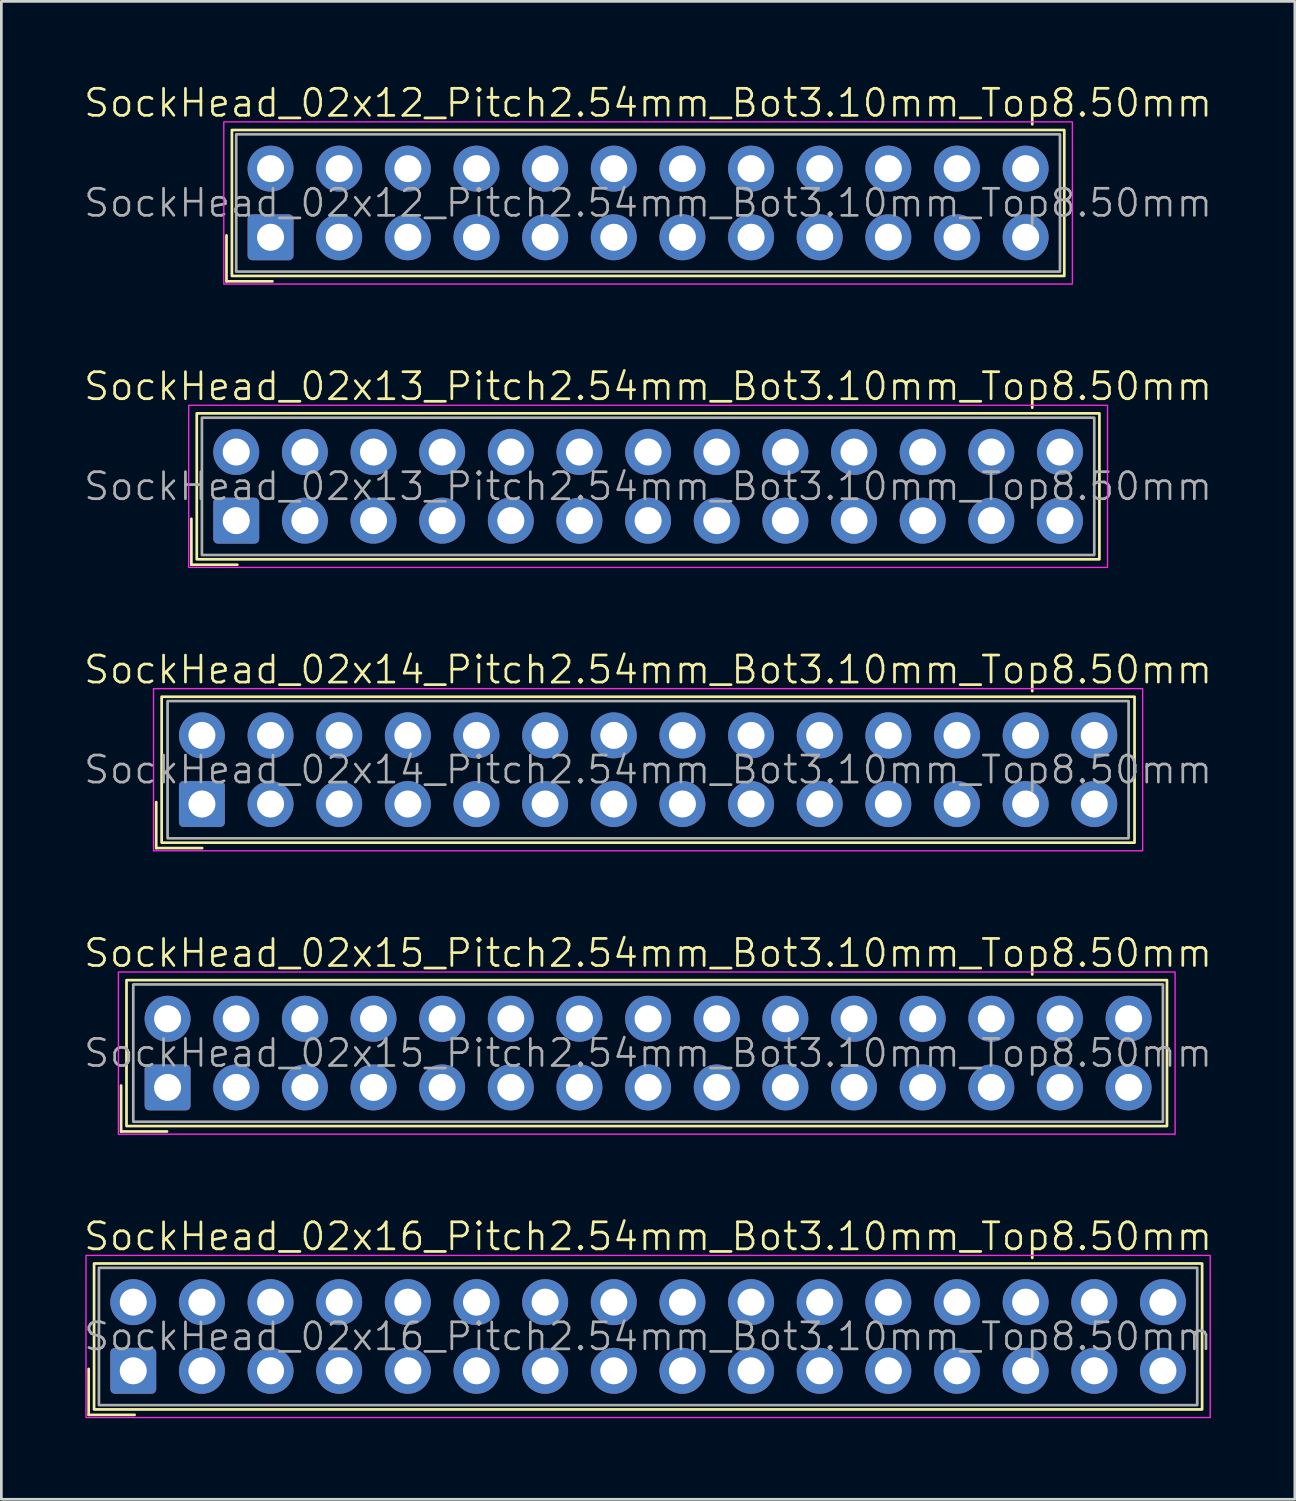
<source format=kicad_pcb>
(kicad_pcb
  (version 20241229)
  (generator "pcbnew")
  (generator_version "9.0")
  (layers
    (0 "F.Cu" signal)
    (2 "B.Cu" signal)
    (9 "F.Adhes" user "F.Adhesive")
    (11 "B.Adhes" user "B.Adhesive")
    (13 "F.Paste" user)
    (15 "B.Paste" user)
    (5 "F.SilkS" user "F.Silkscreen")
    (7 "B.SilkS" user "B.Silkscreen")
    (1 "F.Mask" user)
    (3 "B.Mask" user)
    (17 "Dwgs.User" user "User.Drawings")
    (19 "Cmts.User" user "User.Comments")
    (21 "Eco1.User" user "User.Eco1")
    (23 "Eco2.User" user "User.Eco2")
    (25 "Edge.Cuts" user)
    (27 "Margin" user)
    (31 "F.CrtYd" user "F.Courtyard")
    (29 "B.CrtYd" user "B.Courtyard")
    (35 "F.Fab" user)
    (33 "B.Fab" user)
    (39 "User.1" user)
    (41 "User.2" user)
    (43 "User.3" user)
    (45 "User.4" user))
  (footprint "SockHead_02x16_Pitch2.54mm_Bot3.10mm_Top8.50mm"
    (layer "F.Cu")
    (at 20.931 46.403)
    (property "Reference" "SockHead_02x16_Pitch2.54mm_Bot3.10mm_Top8.50mm" (at 0 -3.7 0) (unlocked yes) (layer "F.SilkS") (effects (font (size 1 1) (thickness 0.1))))
    (attr through_hole)
    (fp_line (start -20.7 1.2) (end -20.7 2.9) (stroke (width 0.1) (type default)) (layer "F.SilkS"))
    (fp_line (start -20.7 2.9) (end -19 2.9) (stroke (width 0.1) (type default)) (layer "F.SilkS"))
    (fp_rect (start -20.5 -2.7) (end 20.5 2.7) (stroke (width 0.1) (type default)) (fill no) (layer "F.SilkS"))
    (fp_rect (start -20.8 -3) (end 20.8 3) (stroke (width 0.05) (type default)) (fill no) (layer "F.CrtYd"))
    (fp_rect (start -20.32 -2.54) (end 20.32 2.54) (stroke (width 0.1) (type default)) (fill no) (layer "F.Fab"))
    (fp_text user "${REFERENCE}" (at 0 0 0) (unlocked yes) (layer "F.Fab") (effects (font (size 1 1) (thickness 0.1))))
    (pad "1" thru_hole roundrect (at -19.05 1.27) (size 1.7 1.7) (drill 1) (layers "*.Cu" "*.Mask") (roundrect_rratio 0.1))
    (pad "2" thru_hole circle (at -19.05 -1.27) (size 1.7 1.7) (drill 1) (layers "*.Cu" "*.Mask"))
    (pad "3" thru_hole circle (at -16.51 1.27) (size 1.7 1.7) (drill 1) (layers "*.Cu" "*.Mask"))
    (pad "4" thru_hole circle (at -16.51 -1.27) (size 1.7 1.7) (drill 1) (layers "*.Cu" "*.Mask"))
    (pad "5" thru_hole circle (at -13.97 1.27) (size 1.7 1.7) (drill 1) (layers "*.Cu" "*.Mask"))
    (pad "6" thru_hole circle (at -13.97 -1.27) (size 1.7 1.7) (drill 1) (layers "*.Cu" "*.Mask"))
    (pad "7" thru_hole circle (at -11.43 1.27) (size 1.7 1.7) (drill 1) (layers "*.Cu" "*.Mask"))
    (pad "8" thru_hole circle (at -11.43 -1.27) (size 1.7 1.7) (drill 1) (layers "*.Cu" "*.Mask"))
    (pad "9" thru_hole circle (at -8.89 1.27) (size 1.7 1.7) (drill 1) (layers "*.Cu" "*.Mask"))
    (pad "10" thru_hole circle (at -8.89 -1.27) (size 1.7 1.7) (drill 1) (layers "*.Cu" "*.Mask"))
    (pad "11" thru_hole circle (at -6.35 1.27) (size 1.7 1.7) (drill 1) (layers "*.Cu" "*.Mask"))
    (pad "12" thru_hole circle (at -6.35 -1.27) (size 1.7 1.7) (drill 1) (layers "*.Cu" "*.Mask"))
    (pad "13" thru_hole circle (at -3.81 1.27) (size 1.7 1.7) (drill 1) (layers "*.Cu" "*.Mask"))
    (pad "14" thru_hole circle (at -3.81 -1.27) (size 1.7 1.7) (drill 1) (layers "*.Cu" "*.Mask"))
    (pad "15" thru_hole circle (at -1.27 1.27) (size 1.7 1.7) (drill 1) (layers "*.Cu" "*.Mask"))
    (pad "16" thru_hole circle (at -1.27 -1.27) (size 1.7 1.7) (drill 1) (layers "*.Cu" "*.Mask"))
    (pad "17" thru_hole circle (at 1.27 1.27) (size 1.7 1.7) (drill 1) (layers "*.Cu" "*.Mask"))
    (pad "18" thru_hole circle (at 1.27 -1.27) (size 1.7 1.7) (drill 1) (layers "*.Cu" "*.Mask"))
    (pad "19" thru_hole circle (at 3.81 1.27) (size 1.7 1.7) (drill 1) (layers "*.Cu" "*.Mask"))
    (pad "20" thru_hole circle (at 3.81 -1.27) (size 1.7 1.7) (drill 1) (layers "*.Cu" "*.Mask"))
    (pad "21" thru_hole circle (at 6.35 1.27) (size 1.7 1.7) (drill 1) (layers "*.Cu" "*.Mask"))
    (pad "22" thru_hole circle (at 6.35 -1.27) (size 1.7 1.7) (drill 1) (layers "*.Cu" "*.Mask"))
    (pad "23" thru_hole circle (at 8.89 1.27) (size 1.7 1.7) (drill 1) (layers "*.Cu" "*.Mask"))
    (pad "24" thru_hole circle (at 8.89 -1.27) (size 1.7 1.7) (drill 1) (layers "*.Cu" "*.Mask"))
    (pad "25" thru_hole circle (at 11.43 1.27) (size 1.7 1.7) (drill 1) (layers "*.Cu" "*.Mask"))
    (pad "26" thru_hole circle (at 11.43 -1.27) (size 1.7 1.7) (drill 1) (layers "*.Cu" "*.Mask"))
    (pad "27" thru_hole circle (at 13.97 1.27) (size 1.7 1.7) (drill 1) (layers "*.Cu" "*.Mask"))
    (pad "28" thru_hole circle (at 13.97 -1.27) (size 1.7 1.7) (drill 1) (layers "*.Cu" "*.Mask"))
    (pad "29" thru_hole circle (at 16.51 1.27) (size 1.7 1.7) (drill 1) (layers "*.Cu" "*.Mask"))
    (pad "30" thru_hole circle (at 16.51 -1.27) (size 1.7 1.7) (drill 1) (layers "*.Cu" "*.Mask"))
    (pad "31" thru_hole circle (at 19.05 1.27) (size 1.7 1.7) (drill 1) (layers "*.Cu" "*.Mask"))
    (pad "32" thru_hole circle (at 19.05 -1.27) (size 1.7 1.7) (drill 1) (layers "*.Cu" "*.Mask")))
  (footprint "SockHead_02x15_Pitch2.54mm_Bot3.10mm_Top8.50mm"
    (layer "F.Cu")
    (at 20.931 35.917)
    (property "Reference" "SockHead_02x15_Pitch2.54mm_Bot3.10mm_Top8.50mm" (at 0 -3.7 0) (unlocked yes) (layer "F.SilkS") (effects (font (size 1 1) (thickness 0.1))))
    (attr through_hole)
    (fp_line (start -19.5 1.2) (end -19.5 2.9) (stroke (width 0.1) (type default)) (layer "F.SilkS"))
    (fp_line (start -19.5 2.9) (end -17.8 2.9) (stroke (width 0.1) (type default)) (layer "F.SilkS"))
    (fp_rect (start -19.3 -2.7) (end 19.2 2.7) (stroke (width 0.1) (type default)) (fill no) (layer "F.SilkS"))
    (fp_rect (start -19.6 -3) (end 19.5 3) (stroke (width 0.05) (type default)) (fill no) (layer "F.CrtYd"))
    (fp_rect (start -19.05 -2.54) (end 19.05 2.54) (stroke (width 0.1) (type default)) (fill no) (layer "F.Fab"))
    (fp_text user "${REFERENCE}" (at 0 0 0) (unlocked yes) (layer "F.Fab") (effects (font (size 1 1) (thickness 0.1))))
    (pad "1" thru_hole roundrect (at -17.78 1.27) (size 1.7 1.7) (drill 1) (layers "*.Cu" "*.Mask") (roundrect_rratio 0.1))
    (pad "2" thru_hole circle (at -17.78 -1.27) (size 1.7 1.7) (drill 1) (layers "*.Cu" "*.Mask"))
    (pad "3" thru_hole circle (at -15.24 1.27) (size 1.7 1.7) (drill 1) (layers "*.Cu" "*.Mask"))
    (pad "4" thru_hole circle (at -15.24 -1.27) (size 1.7 1.7) (drill 1) (layers "*.Cu" "*.Mask"))
    (pad "5" thru_hole circle (at -12.7 1.27) (size 1.7 1.7) (drill 1) (layers "*.Cu" "*.Mask"))
    (pad "6" thru_hole circle (at -12.7 -1.27) (size 1.7 1.7) (drill 1) (layers "*.Cu" "*.Mask"))
    (pad "7" thru_hole circle (at -10.16 1.27) (size 1.7 1.7) (drill 1) (layers "*.Cu" "*.Mask"))
    (pad "8" thru_hole circle (at -10.16 -1.27) (size 1.7 1.7) (drill 1) (layers "*.Cu" "*.Mask"))
    (pad "9" thru_hole circle (at -7.62 1.27) (size 1.7 1.7) (drill 1) (layers "*.Cu" "*.Mask"))
    (pad "10" thru_hole circle (at -7.62 -1.27) (size 1.7 1.7) (drill 1) (layers "*.Cu" "*.Mask"))
    (pad "11" thru_hole circle (at -5.08 1.27) (size 1.7 1.7) (drill 1) (layers "*.Cu" "*.Mask"))
    (pad "12" thru_hole circle (at -5.08 -1.27) (size 1.7 1.7) (drill 1) (layers "*.Cu" "*.Mask"))
    (pad "13" thru_hole circle (at -2.54 1.27) (size 1.7 1.7) (drill 1) (layers "*.Cu" "*.Mask"))
    (pad "14" thru_hole circle (at -2.54 -1.27) (size 1.7 1.7) (drill 1) (layers "*.Cu" "*.Mask"))
    (pad "15" thru_hole circle (at 0 1.27) (size 1.7 1.7) (drill 1) (layers "*.Cu" "*.Mask"))
    (pad "16" thru_hole circle (at 0 -1.27) (size 1.7 1.7) (drill 1) (layers "*.Cu" "*.Mask"))
    (pad "17" thru_hole circle (at 2.54 1.27) (size 1.7 1.7) (drill 1) (layers "*.Cu" "*.Mask"))
    (pad "18" thru_hole circle (at 2.54 -1.27) (size 1.7 1.7) (drill 1) (layers "*.Cu" "*.Mask"))
    (pad "19" thru_hole circle (at 5.08 1.27) (size 1.7 1.7) (drill 1) (layers "*.Cu" "*.Mask"))
    (pad "20" thru_hole circle (at 5.08 -1.27) (size 1.7 1.7) (drill 1) (layers "*.Cu" "*.Mask"))
    (pad "21" thru_hole circle (at 7.62 1.27) (size 1.7 1.7) (drill 1) (layers "*.Cu" "*.Mask"))
    (pad "22" thru_hole circle (at 7.62 -1.27) (size 1.7 1.7) (drill 1) (layers "*.Cu" "*.Mask"))
    (pad "23" thru_hole circle (at 10.16 1.27) (size 1.7 1.7) (drill 1) (layers "*.Cu" "*.Mask"))
    (pad "24" thru_hole circle (at 10.16 -1.27) (size 1.7 1.7) (drill 1) (layers "*.Cu" "*.Mask"))
    (pad "25" thru_hole circle (at 12.7 1.27) (size 1.7 1.7) (drill 1) (layers "*.Cu" "*.Mask"))
    (pad "26" thru_hole circle (at 12.7 -1.27) (size 1.7 1.7) (drill 1) (layers "*.Cu" "*.Mask"))
    (pad "27" thru_hole circle (at 15.24 1.27) (size 1.7 1.7) (drill 1) (layers "*.Cu" "*.Mask"))
    (pad "28" thru_hole circle (at 15.24 -1.27) (size 1.7 1.7) (drill 1) (layers "*.Cu" "*.Mask"))
    (pad "29" thru_hole circle (at 17.78 1.27) (size 1.7 1.7) (drill 1) (layers "*.Cu" "*.Mask"))
    (pad "30" thru_hole circle (at 17.78 -1.27) (size 1.7 1.7) (drill 1) (layers "*.Cu" "*.Mask")))
  (footprint "SockHead_02x14_Pitch2.54mm_Bot3.10mm_Top8.50mm"
    (layer "F.Cu")
    (at 20.931 25.431)
    (property "Reference" "SockHead_02x14_Pitch2.54mm_Bot3.10mm_Top8.50mm" (at 0 -3.7 0) (unlocked yes) (layer "F.SilkS") (effects (font (size 1 1) (thickness 0.1))))
    (attr through_hole)
    (fp_line (start -18.2 1.2) (end -18.2 2.9) (stroke (width 0.1) (type default)) (layer "F.SilkS"))
    (fp_line (start -18.2 2.9) (end -16.5 2.9) (stroke (width 0.1) (type default)) (layer "F.SilkS"))
    (fp_rect (start -18 -2.7) (end 18 2.7) (stroke (width 0.1) (type default)) (fill no) (layer "F.SilkS"))
    (fp_rect (start -18.3 -3) (end 18.3 3) (stroke (width 0.05) (type default)) (fill no) (layer "F.CrtYd"))
    (fp_rect (start -17.78 -2.54) (end 17.78 2.54) (stroke (width 0.1) (type default)) (fill no) (layer "F.Fab"))
    (fp_text user "${REFERENCE}" (at 0 0 0) (unlocked yes) (layer "F.Fab") (effects (font (size 1 1) (thickness 0.1))))
    (pad "1" thru_hole roundrect (at -16.51 1.27) (size 1.7 1.7) (drill 1) (layers "*.Cu" "*.Mask") (roundrect_rratio 0.1))
    (pad "2" thru_hole circle (at -16.51 -1.27) (size 1.7 1.7) (drill 1) (layers "*.Cu" "*.Mask"))
    (pad "3" thru_hole circle (at -13.97 1.27) (size 1.7 1.7) (drill 1) (layers "*.Cu" "*.Mask"))
    (pad "4" thru_hole circle (at -13.97 -1.27) (size 1.7 1.7) (drill 1) (layers "*.Cu" "*.Mask"))
    (pad "5" thru_hole circle (at -11.43 1.27) (size 1.7 1.7) (drill 1) (layers "*.Cu" "*.Mask"))
    (pad "6" thru_hole circle (at -11.43 -1.27) (size 1.7 1.7) (drill 1) (layers "*.Cu" "*.Mask"))
    (pad "7" thru_hole circle (at -8.89 1.27) (size 1.7 1.7) (drill 1) (layers "*.Cu" "*.Mask"))
    (pad "8" thru_hole circle (at -8.89 -1.27) (size 1.7 1.7) (drill 1) (layers "*.Cu" "*.Mask"))
    (pad "9" thru_hole circle (at -6.35 1.27) (size 1.7 1.7) (drill 1) (layers "*.Cu" "*.Mask"))
    (pad "10" thru_hole circle (at -6.35 -1.27) (size 1.7 1.7) (drill 1) (layers "*.Cu" "*.Mask"))
    (pad "11" thru_hole circle (at -3.81 1.27) (size 1.7 1.7) (drill 1) (layers "*.Cu" "*.Mask"))
    (pad "12" thru_hole circle (at -3.81 -1.27) (size 1.7 1.7) (drill 1) (layers "*.Cu" "*.Mask"))
    (pad "13" thru_hole circle (at -1.27 1.27) (size 1.7 1.7) (drill 1) (layers "*.Cu" "*.Mask"))
    (pad "14" thru_hole circle (at -1.27 -1.27) (size 1.7 1.7) (drill 1) (layers "*.Cu" "*.Mask"))
    (pad "15" thru_hole circle (at 1.27 1.27) (size 1.7 1.7) (drill 1) (layers "*.Cu" "*.Mask"))
    (pad "16" thru_hole circle (at 1.27 -1.27) (size 1.7 1.7) (drill 1) (layers "*.Cu" "*.Mask"))
    (pad "17" thru_hole circle (at 3.81 1.27) (size 1.7 1.7) (drill 1) (layers "*.Cu" "*.Mask"))
    (pad "18" thru_hole circle (at 3.81 -1.27) (size 1.7 1.7) (drill 1) (layers "*.Cu" "*.Mask"))
    (pad "19" thru_hole circle (at 6.35 1.27) (size 1.7 1.7) (drill 1) (layers "*.Cu" "*.Mask"))
    (pad "20" thru_hole circle (at 6.35 -1.27) (size 1.7 1.7) (drill 1) (layers "*.Cu" "*.Mask"))
    (pad "21" thru_hole circle (at 8.89 1.27) (size 1.7 1.7) (drill 1) (layers "*.Cu" "*.Mask"))
    (pad "22" thru_hole circle (at 8.89 -1.27) (size 1.7 1.7) (drill 1) (layers "*.Cu" "*.Mask"))
    (pad "23" thru_hole circle (at 11.43 1.27) (size 1.7 1.7) (drill 1) (layers "*.Cu" "*.Mask"))
    (pad "24" thru_hole circle (at 11.43 -1.27) (size 1.7 1.7) (drill 1) (layers "*.Cu" "*.Mask"))
    (pad "25" thru_hole circle (at 13.97 1.27) (size 1.7 1.7) (drill 1) (layers "*.Cu" "*.Mask"))
    (pad "26" thru_hole circle (at 13.97 -1.27) (size 1.7 1.7) (drill 1) (layers "*.Cu" "*.Mask"))
    (pad "27" thru_hole circle (at 16.51 1.27) (size 1.7 1.7) (drill 1) (layers "*.Cu" "*.Mask"))
    (pad "28" thru_hole circle (at 16.51 -1.27) (size 1.7 1.7) (drill 1) (layers "*.Cu" "*.Mask")))
  (footprint "SockHead_02x12_Pitch2.54mm_Bot3.10mm_Top8.50mm"
    (layer "F.Cu")
    (at 20.931 4.46)
    (property "Reference" "SockHead_02x12_Pitch2.54mm_Bot3.10mm_Top8.50mm" (at 0 -3.7 0) (unlocked yes) (layer "F.SilkS") (effects (font (size 1 1) (thickness 0.1))))
    (attr through_hole)
    (fp_line (start -15.6 1.2) (end -15.6 2.9) (stroke (width 0.1) (type default)) (layer "F.SilkS"))
    (fp_line (start -15.6 2.9) (end -13.9 2.9) (stroke (width 0.1) (type default)) (layer "F.SilkS"))
    (fp_rect (start -15.4 -2.7) (end 15.4 2.7) (stroke (width 0.1) (type default)) (fill no) (layer "F.SilkS"))
    (fp_rect (start -15.7 -3) (end 15.7 3) (stroke (width 0.05) (type default)) (fill no) (layer "F.CrtYd"))
    (fp_rect (start -15.24 -2.54) (end 15.24 2.54) (stroke (width 0.1) (type default)) (fill no) (layer "F.Fab"))
    (fp_text user "${REFERENCE}" (at 0 0 0) (unlocked yes) (layer "F.Fab") (effects (font (size 1 1) (thickness 0.1))))
    (pad "1" thru_hole roundrect (at -13.97 1.27) (size 1.7 1.7) (drill 1) (layers "*.Cu" "*.Mask") (roundrect_rratio 0.1))
    (pad "2" thru_hole circle (at -13.97 -1.27) (size 1.7 1.7) (drill 1) (layers "*.Cu" "*.Mask"))
    (pad "3" thru_hole circle (at -11.43 1.27) (size 1.7 1.7) (drill 1) (layers "*.Cu" "*.Mask"))
    (pad "4" thru_hole circle (at -11.43 -1.27) (size 1.7 1.7) (drill 1) (layers "*.Cu" "*.Mask"))
    (pad "5" thru_hole circle (at -8.89 1.27) (size 1.7 1.7) (drill 1) (layers "*.Cu" "*.Mask"))
    (pad "6" thru_hole circle (at -8.89 -1.27) (size 1.7 1.7) (drill 1) (layers "*.Cu" "*.Mask"))
    (pad "7" thru_hole circle (at -6.35 1.27) (size 1.7 1.7) (drill 1) (layers "*.Cu" "*.Mask"))
    (pad "8" thru_hole circle (at -6.35 -1.27) (size 1.7 1.7) (drill 1) (layers "*.Cu" "*.Mask"))
    (pad "9" thru_hole circle (at -3.81 1.27) (size 1.7 1.7) (drill 1) (layers "*.Cu" "*.Mask"))
    (pad "10" thru_hole circle (at -3.81 -1.27) (size 1.7 1.7) (drill 1) (layers "*.Cu" "*.Mask"))
    (pad "11" thru_hole circle (at -1.27 1.27) (size 1.7 1.7) (drill 1) (layers "*.Cu" "*.Mask"))
    (pad "12" thru_hole circle (at -1.27 -1.27) (size 1.7 1.7) (drill 1) (layers "*.Cu" "*.Mask"))
    (pad "13" thru_hole circle (at 1.27 1.27) (size 1.7 1.7) (drill 1) (layers "*.Cu" "*.Mask"))
    (pad "14" thru_hole circle (at 1.27 -1.27) (size 1.7 1.7) (drill 1) (layers "*.Cu" "*.Mask"))
    (pad "15" thru_hole circle (at 3.81 1.27) (size 1.7 1.7) (drill 1) (layers "*.Cu" "*.Mask"))
    (pad "16" thru_hole circle (at 3.81 -1.27) (size 1.7 1.7) (drill 1) (layers "*.Cu" "*.Mask"))
    (pad "17" thru_hole circle (at 6.35 1.27) (size 1.7 1.7) (drill 1) (layers "*.Cu" "*.Mask"))
    (pad "18" thru_hole circle (at 6.35 -1.27) (size 1.7 1.7) (drill 1) (layers "*.Cu" "*.Mask"))
    (pad "19" thru_hole circle (at 8.89 1.27) (size 1.7 1.7) (drill 1) (layers "*.Cu" "*.Mask"))
    (pad "20" thru_hole circle (at 8.89 -1.27) (size 1.7 1.7) (drill 1) (layers "*.Cu" "*.Mask"))
    (pad "21" thru_hole circle (at 11.43 1.27) (size 1.7 1.7) (drill 1) (layers "*.Cu" "*.Mask"))
    (pad "22" thru_hole circle (at 11.43 -1.27) (size 1.7 1.7) (drill 1) (layers "*.Cu" "*.Mask"))
    (pad "23" thru_hole circle (at 13.97 1.27) (size 1.7 1.7) (drill 1) (layers "*.Cu" "*.Mask"))
    (pad "24" thru_hole circle (at 13.97 -1.27) (size 1.7 1.7) (drill 1) (layers "*.Cu" "*.Mask")))
  (footprint "SockHead_02x13_Pitch2.54mm_Bot3.10mm_Top8.50mm"
    (layer "F.Cu")
    (at 20.931 14.946)
    (property "Reference" "SockHead_02x13_Pitch2.54mm_Bot3.10mm_Top8.50mm" (at 0 -3.7 0) (unlocked yes) (layer "F.SilkS") (effects (font (size 1 1) (thickness 0.1))))
    (attr through_hole)
    (fp_line (start -16.9 1.2) (end -16.9 2.9) (stroke (width 0.1) (type default)) (layer "F.SilkS"))
    (fp_line (start -16.9 2.9) (end -15.2 2.9) (stroke (width 0.1) (type default)) (layer "F.SilkS"))
    (fp_rect (start -16.7 -2.7) (end 16.7 2.7) (stroke (width 0.1) (type default)) (fill no) (layer "F.SilkS"))
    (fp_rect (start -17 -3) (end 17 3) (stroke (width 0.05) (type default)) (fill no) (layer "F.CrtYd"))
    (fp_rect (start -16.51 -2.54) (end 16.51 2.54) (stroke (width 0.1) (type default)) (fill no) (layer "F.Fab"))
    (fp_text user "${REFERENCE}" (at 0 0 0) (unlocked yes) (layer "F.Fab") (effects (font (size 1 1) (thickness 0.1))))
    (pad "1" thru_hole roundrect (at -15.24 1.27) (size 1.7 1.7) (drill 1) (layers "*.Cu" "*.Mask") (roundrect_rratio 0.1))
    (pad "2" thru_hole circle (at -15.24 -1.27) (size 1.7 1.7) (drill 1) (layers "*.Cu" "*.Mask"))
    (pad "3" thru_hole circle (at -12.7 1.27) (size 1.7 1.7) (drill 1) (layers "*.Cu" "*.Mask"))
    (pad "4" thru_hole circle (at -12.7 -1.27) (size 1.7 1.7) (drill 1) (layers "*.Cu" "*.Mask"))
    (pad "5" thru_hole circle (at -10.16 1.27) (size 1.7 1.7) (drill 1) (layers "*.Cu" "*.Mask"))
    (pad "6" thru_hole circle (at -10.16 -1.27) (size 1.7 1.7) (drill 1) (layers "*.Cu" "*.Mask"))
    (pad "7" thru_hole circle (at -7.62 1.27) (size 1.7 1.7) (drill 1) (layers "*.Cu" "*.Mask"))
    (pad "8" thru_hole circle (at -7.62 -1.27) (size 1.7 1.7) (drill 1) (layers "*.Cu" "*.Mask"))
    (pad "9" thru_hole circle (at -5.08 1.27) (size 1.7 1.7) (drill 1) (layers "*.Cu" "*.Mask"))
    (pad "10" thru_hole circle (at -5.08 -1.27) (size 1.7 1.7) (drill 1) (layers "*.Cu" "*.Mask"))
    (pad "11" thru_hole circle (at -2.54 1.27) (size 1.7 1.7) (drill 1) (layers "*.Cu" "*.Mask"))
    (pad "12" thru_hole circle (at -2.54 -1.27) (size 1.7 1.7) (drill 1) (layers "*.Cu" "*.Mask"))
    (pad "13" thru_hole circle (at 0 1.27) (size 1.7 1.7) (drill 1) (layers "*.Cu" "*.Mask"))
    (pad "14" thru_hole circle (at 0 -1.27) (size 1.7 1.7) (drill 1) (layers "*.Cu" "*.Mask"))
    (pad "15" thru_hole circle (at 2.54 1.27) (size 1.7 1.7) (drill 1) (layers "*.Cu" "*.Mask"))
    (pad "16" thru_hole circle (at 2.54 -1.27) (size 1.7 1.7) (drill 1) (layers "*.Cu" "*.Mask"))
    (pad "17" thru_hole circle (at 5.08 1.27) (size 1.7 1.7) (drill 1) (layers "*.Cu" "*.Mask"))
    (pad "18" thru_hole circle (at 5.08 -1.27) (size 1.7 1.7) (drill 1) (layers "*.Cu" "*.Mask"))
    (pad "19" thru_hole circle (at 7.62 1.27) (size 1.7 1.7) (drill 1) (layers "*.Cu" "*.Mask"))
    (pad "20" thru_hole circle (at 7.62 -1.27) (size 1.7 1.7) (drill 1) (layers "*.Cu" "*.Mask"))
    (pad "21" thru_hole circle (at 10.16 1.27) (size 1.7 1.7) (drill 1) (layers "*.Cu" "*.Mask"))
    (pad "22" thru_hole circle (at 10.16 -1.27) (size 1.7 1.7) (drill 1) (layers "*.Cu" "*.Mask"))
    (pad "23" thru_hole circle (at 12.7 1.27) (size 1.7 1.7) (drill 1) (layers "*.Cu" "*.Mask"))
    (pad "24" thru_hole circle (at 12.7 -1.27) (size 1.7 1.7) (drill 1) (layers "*.Cu" "*.Mask"))
    (pad "25" thru_hole circle (at 15.24 1.27) (size 1.7 1.7) (drill 1) (layers "*.Cu" "*.Mask"))
    (pad "26" thru_hole circle (at 15.24 -1.27) (size 1.7 1.7) (drill 1) (layers "*.Cu" "*.Mask")))
  (gr_rect
    (start -3 -3)
    (end 44.862 52.428)
    (stroke (width 0.1) (type default))
    (fill no)
    (layer "Edge.Cuts")))
</source>
